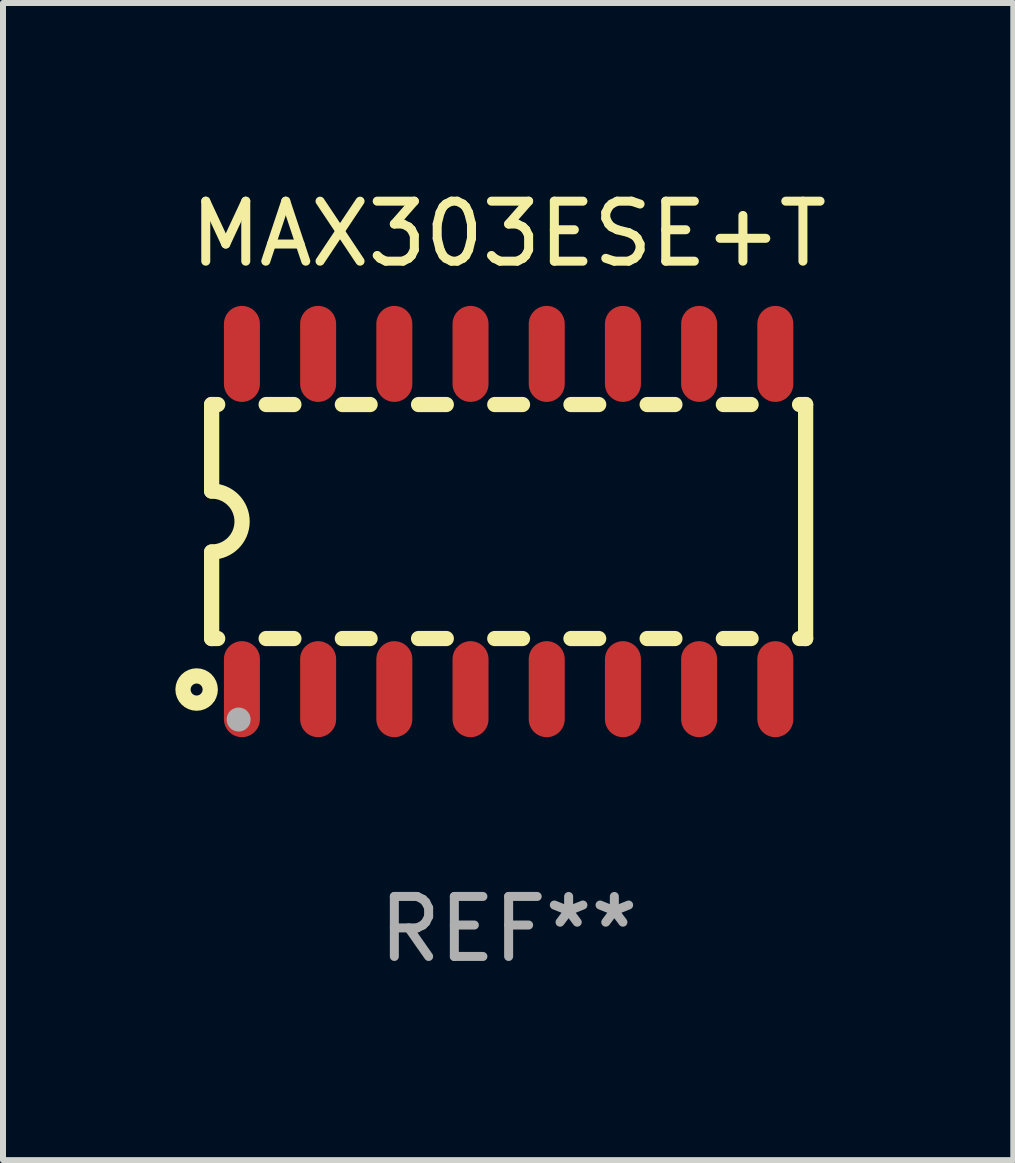
<source format=kicad_pcb>
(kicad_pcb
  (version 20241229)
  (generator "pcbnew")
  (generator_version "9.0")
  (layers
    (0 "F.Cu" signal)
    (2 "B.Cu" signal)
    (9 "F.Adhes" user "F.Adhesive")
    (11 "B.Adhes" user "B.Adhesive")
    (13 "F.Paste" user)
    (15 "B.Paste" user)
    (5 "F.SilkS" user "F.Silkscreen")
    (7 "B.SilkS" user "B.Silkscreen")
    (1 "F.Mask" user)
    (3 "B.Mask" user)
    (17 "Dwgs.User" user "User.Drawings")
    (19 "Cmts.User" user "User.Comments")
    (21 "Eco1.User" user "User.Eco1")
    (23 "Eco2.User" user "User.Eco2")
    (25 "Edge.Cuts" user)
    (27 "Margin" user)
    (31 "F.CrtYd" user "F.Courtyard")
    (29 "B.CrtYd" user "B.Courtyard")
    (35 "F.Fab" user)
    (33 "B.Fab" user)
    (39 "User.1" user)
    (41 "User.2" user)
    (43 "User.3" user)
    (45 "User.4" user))
  (footprint "MAX303ESE+T"
    (layer "F.Cu")
    (at 5.427 5.642)
    (property "Reference" "MAX303ESE+T" (at 0 -4.794 0) (layer "F.SilkS") (effects (font (size 1 1) (thickness 0.15))))
    (attr through_hole)
    (fp_line (start -4.95 -1.95) (end -4.95 -0.508) (stroke (width 0.254) (type solid)) (layer "F.SilkS"))
    (fp_line (start -4.95 -1.95) (end -4.849 -1.95) (stroke (width 0.254) (type solid)) (layer "F.SilkS"))
    (fp_line (start -4.95 1.95) (end -4.95 0.508) (stroke (width 0.254) (type solid)) (layer "F.SilkS"))
    (fp_line (start -4.95 1.95) (end -4.849 1.95) (stroke (width 0.254) (type solid)) (layer "F.SilkS"))
    (fp_line (start -4.041 -1.95) (end -3.579 -1.95) (stroke (width 0.254) (type solid)) (layer "F.SilkS"))
    (fp_line (start -4.041 1.95) (end -3.579 1.95) (stroke (width 0.254) (type solid)) (layer "F.SilkS"))
    (fp_line (start -2.771 -1.95) (end -2.309 -1.95) (stroke (width 0.254) (type solid)) (layer "F.SilkS"))
    (fp_line (start -2.771 1.95) (end -2.309 1.95) (stroke (width 0.254) (type solid)) (layer "F.SilkS"))
    (fp_line (start -1.501 -1.95) (end -1.039 -1.95) (stroke (width 0.254) (type solid)) (layer "F.SilkS"))
    (fp_line (start -1.501 1.95) (end -1.039 1.95) (stroke (width 0.254) (type solid)) (layer "F.SilkS"))
    (fp_line (start -0.231 -1.95) (end 0.231 -1.95) (stroke (width 0.254) (type solid)) (layer "F.SilkS"))
    (fp_line (start -0.231 1.95) (end 0.231 1.95) (stroke (width 0.254) (type solid)) (layer "F.SilkS"))
    (fp_line (start 1.039 -1.95) (end 1.501 -1.95) (stroke (width 0.254) (type solid)) (layer "F.SilkS"))
    (fp_line (start 1.039 1.95) (end 1.501 1.95) (stroke (width 0.254) (type solid)) (layer "F.SilkS"))
    (fp_line (start 2.309 -1.95) (end 2.771 -1.95) (stroke (width 0.254) (type solid)) (layer "F.SilkS"))
    (fp_line (start 2.309 1.95) (end 2.771 1.95) (stroke (width 0.254) (type solid)) (layer "F.SilkS"))
    (fp_line (start 3.579 -1.95) (end 4.041 -1.95) (stroke (width 0.254) (type solid)) (layer "F.SilkS"))
    (fp_line (start 3.579 1.95) (end 4.041 1.95) (stroke (width 0.254) (type solid)) (layer "F.SilkS"))
    (fp_line (start 4.849 -1.95) (end 4.95 -1.95) (stroke (width 0.254) (type solid)) (layer "F.SilkS"))
    (fp_line (start 4.849 1.95) (end 4.95 1.95) (stroke (width 0.254) (type solid)) (layer "F.SilkS"))
    (fp_line (start 4.95 -1.95) (end 4.95 1.95) (stroke (width 0.254) (type solid)) (layer "F.SilkS"))
    (fp_arc (start -4.95047 -0.508001) (mid -4.442469 -0.000228) (end -4.950013 0.508001) (stroke (width 0.254001) (type solid)) (layer "F.SilkS"))
    (fp_circle (center -5.2 2.8) (end -5.1 2.8) (stroke (width 0.254) (type solid)) (fill no) (layer "F.SilkS"))
    (fp_circle (center -4.95 2.947) (end -4.92 2.947) (stroke (width 0.06) (type solid)) (fill no) (layer "F.SilkS"))
    (fp_circle (center -4.5 3.3) (end -4.4 3.3) (stroke (width 0.2) (type solid)) (fill no) (layer "F.Fab"))
    (fp_text user "REF**" (at 0 6.794 0) (layer "F.Fab") (effects (font (size 1 1) (thickness 0.15))))
    (pad "1" smd oval (at -4.445 2.794) (size 0.6 1.6) (layers "F.Cu" "F.Mask" "F.Paste"))
    (pad "2" smd oval (at -3.175 2.794) (size 0.6 1.6) (layers "F.Cu" "F.Mask" "F.Paste"))
    (pad "3" smd oval (at -1.905 2.794) (size 0.6 1.6) (layers "F.Cu" "F.Mask" "F.Paste"))
    (pad "4" smd oval (at -0.635 2.794) (size 0.6 1.6) (layers "F.Cu" "F.Mask" "F.Paste"))
    (pad "5" smd oval (at 0.635 2.794) (size 0.6 1.6) (layers "F.Cu" "F.Mask" "F.Paste"))
    (pad "6" smd oval (at 1.905 2.794) (size 0.6 1.6) (layers "F.Cu" "F.Mask" "F.Paste"))
    (pad "7" smd oval (at 3.175 2.794) (size 0.6 1.6) (layers "F.Cu" "F.Mask" "F.Paste"))
    (pad "8" smd oval (at 4.445 2.794) (size 0.6 1.6) (layers "F.Cu" "F.Mask" "F.Paste"))
    (pad "9" smd oval (at 4.445 -2.794) (size 0.6 1.6) (layers "F.Cu" "F.Mask" "F.Paste"))
    (pad "10" smd oval (at 3.175 -2.794) (size 0.6 1.6) (layers "F.Cu" "F.Mask" "F.Paste"))
    (pad "11" smd oval (at 1.905 -2.794) (size 0.6 1.6) (layers "F.Cu" "F.Mask" "F.Paste"))
    (pad "12" smd oval (at 0.635 -2.794) (size 0.6 1.6) (layers "F.Cu" "F.Mask" "F.Paste"))
    (pad "13" smd oval (at -0.635 -2.794) (size 0.6 1.6) (layers "F.Cu" "F.Mask" "F.Paste"))
    (pad "14" smd oval (at -1.905 -2.794) (size 0.6 1.6) (layers "F.Cu" "F.Mask" "F.Paste"))
    (pad "15" smd oval (at -3.175 -2.794) (size 0.6 1.6) (layers "F.Cu" "F.Mask" "F.Paste"))
    (pad "16" smd oval (at -4.445 -2.794) (size 0.6 1.6) (layers "F.Cu" "F.Mask" "F.Paste")))
  (gr_rect
    (start -3 -3)
    (end 13.838 16.285)
    (stroke (width 0.1) (type default))
    (fill no)
    (layer "Edge.Cuts")))
</source>
